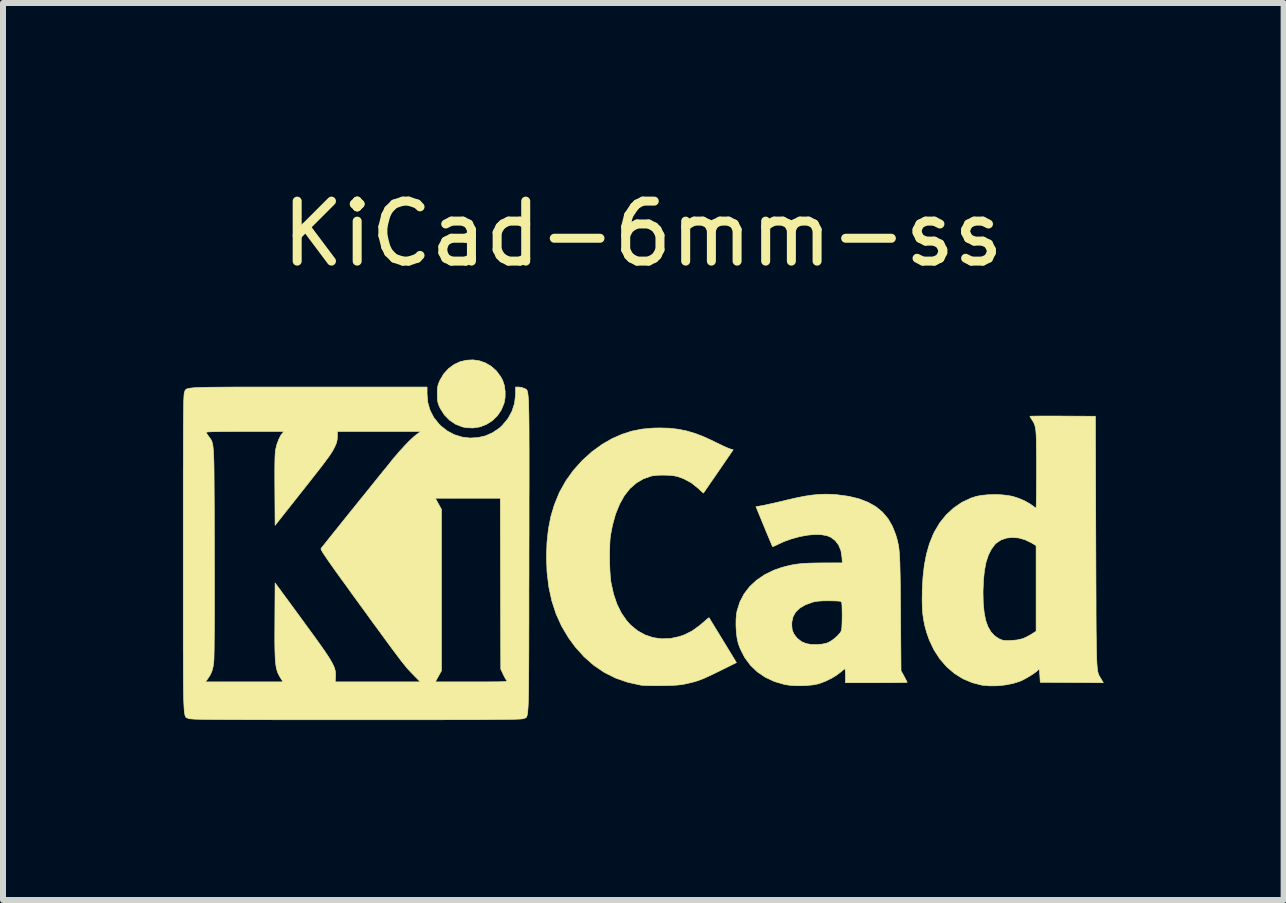
<source format=kicad_pcb>
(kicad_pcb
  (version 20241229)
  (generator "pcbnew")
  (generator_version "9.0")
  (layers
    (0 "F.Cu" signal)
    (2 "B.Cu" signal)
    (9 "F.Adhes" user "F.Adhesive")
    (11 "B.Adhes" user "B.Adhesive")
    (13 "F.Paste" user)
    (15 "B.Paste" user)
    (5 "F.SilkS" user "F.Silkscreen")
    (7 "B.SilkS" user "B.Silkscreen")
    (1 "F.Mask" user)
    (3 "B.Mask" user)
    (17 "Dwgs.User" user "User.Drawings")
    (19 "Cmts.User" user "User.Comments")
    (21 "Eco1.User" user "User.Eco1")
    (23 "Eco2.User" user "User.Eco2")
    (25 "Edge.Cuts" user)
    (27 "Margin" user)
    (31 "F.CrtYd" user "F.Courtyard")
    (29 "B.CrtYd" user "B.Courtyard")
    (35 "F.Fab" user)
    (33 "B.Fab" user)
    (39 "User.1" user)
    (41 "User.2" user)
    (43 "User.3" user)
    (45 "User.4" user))
  (footprint "KiCad-6mm-ss"
    (layer "F.Cu")
    (at 7.666 5.928)
    (property "Reference" "KiCad-6mm-ss" (at 0 -5.08 0) (layer "F.SilkS") (effects (font (size 1 1) (thickness 0.15))))
    (attr exclude_from_pos_files exclude_from_bom)
    (fp_poly (pts (xy -2.726 -2.964) (xy -2.623 -2.928) (xy -2.527 -2.871) (xy -2.441 -2.795) (xy -2.369 -2.697) (xy -2.336 -2.636) (xy -2.308 -2.55) (xy -2.295 -2.451) (xy -2.296 -2.35) (xy -2.313 -2.257) (xy -2.359 -2.145) (xy -2.425 -2.047) (xy -2.509 -1.966) (xy -2.606 -1.904) (xy -2.714 -1.862) (xy -2.829 -1.844) (xy -2.948 -1.849) (xy -3.007 -1.862) (xy -3.121 -1.906) (xy -3.222 -1.974) (xy -3.309 -2.063) (xy -3.377 -2.171) (xy -3.383 -2.183) (xy -3.403 -2.227) (xy -3.415 -2.265) (xy -3.422 -2.304) (xy -3.425 -2.355) (xy -3.426 -2.41) (xy -3.425 -2.476) (xy -3.421 -2.523) (xy -3.413 -2.562) (xy -3.399 -2.6) (xy -3.382 -2.639) (xy -3.318 -2.747) (xy -3.238 -2.834) (xy -3.147 -2.901) (xy -3.047 -2.948) (xy -2.941 -2.973) (xy -2.833 -2.979) (xy -2.726 -2.964)) (stroke (width 0.01) (type solid)) (fill yes) (layer "F.SilkS"))
    (fp_poly (pts (xy 0.44 -1.84) (xy 0.588 -1.823) (xy 0.731 -1.794) (xy 0.876 -1.751) (xy 1.028 -1.692) (xy 1.192 -1.615) (xy 1.222 -1.6) (xy 1.29 -1.567) (xy 1.354 -1.537) (xy 1.408 -1.513) (xy 1.446 -1.498) (xy 1.451 -1.496) (xy 1.506 -1.48) (xy 1.26 -1.121) (xy 1.2 -1.033) (xy 1.144 -0.953) (xy 1.096 -0.883) (xy 1.057 -0.826) (xy 1.029 -0.785) (xy 1.013 -0.763) (xy 1.011 -0.759) (xy 1 -0.767) (xy 0.975 -0.789) (xy 0.939 -0.823) (xy 0.919 -0.841) (xy 0.806 -0.931) (xy 0.679 -0.999) (xy 0.57 -1.037) (xy 0.504 -1.049) (xy 0.422 -1.056) (xy 0.333 -1.058) (xy 0.247 -1.056) (xy 0.173 -1.048) (xy 0.144 -1.043) (xy 0.011 -0.997) (xy -0.108 -0.927) (xy -0.215 -0.834) (xy -0.308 -0.716) (xy -0.387 -0.575) (xy -0.454 -0.411) (xy -0.506 -0.223) (xy -0.537 -0.062) (xy -0.546 0.009) (xy -0.551 0.101) (xy -0.554 0.207) (xy -0.555 0.32) (xy -0.553 0.435) (xy -0.548 0.544) (xy -0.542 0.64) (xy -0.533 0.718) (xy -0.531 0.73) (xy -0.489 0.923) (xy -0.431 1.094) (xy -0.357 1.243) (xy -0.267 1.372) (xy -0.203 1.442) (xy -0.089 1.536) (xy 0.037 1.606) (xy 0.172 1.651) (xy 0.313 1.671) (xy 0.459 1.666) (xy 0.608 1.634) (xy 0.696 1.603) (xy 0.818 1.542) (xy 0.943 1.453) (xy 1.013 1.393) (xy 1.053 1.358) (xy 1.084 1.332) (xy 1.101 1.32) (xy 1.104 1.32) (xy 1.112 1.332) (xy 1.132 1.366) (xy 1.163 1.416) (xy 1.203 1.482) (xy 1.251 1.56) (xy 1.304 1.647) (xy 1.334 1.696) (xy 1.56 2.067) (xy 1.278 2.207) (xy 1.176 2.257) (xy 1.093 2.296) (xy 1.025 2.327) (xy 0.966 2.351) (xy 0.911 2.371) (xy 0.855 2.388) (xy 0.794 2.403) (xy 0.735 2.417) (xy 0.682 2.428) (xy 0.627 2.437) (xy 0.565 2.443) (xy 0.488 2.447) (xy 0.394 2.45) (xy 0.33 2.451) (xy 0.238 2.452) (xy 0.151 2.451) (xy 0.073 2.45) (xy 0.01 2.447) (xy -0.032 2.444) (xy -0.034 2.443) (xy -0.25 2.396) (xy -0.452 2.326) (xy -0.642 2.231) (xy -0.818 2.112) (xy -0.98 1.969) (xy -1.129 1.803) (xy -1.238 1.654) (xy -1.353 1.461) (xy -1.446 1.256) (xy -1.517 1.038) (xy -1.567 0.807) (xy -1.597 0.56) (xy -1.606 0.309) (xy -1.598 0.066) (xy -1.574 -0.158) (xy -1.533 -0.368) (xy -1.474 -0.565) (xy -1.396 -0.756) (xy -1.387 -0.776) (xy -1.284 -0.96) (xy -1.159 -1.135) (xy -1.013 -1.298) (xy -0.851 -1.445) (xy -0.676 -1.572) (xy -0.514 -1.665) (xy -0.349 -1.738) (xy -0.185 -1.791) (xy -0.013 -1.825) (xy 0.171 -1.842) (xy 0.281 -1.844) (xy 0.44 -1.84)) (stroke (width 0.01) (type solid)) (fill yes) (layer "F.SilkS"))
    (fp_poly (pts (xy 6.842 -2.043) (xy 6.959 -2.043) (xy 6.999 -2.042) (xy 7.544 -2.039) (xy 7.551 0.055) (xy 7.552 0.339) (xy 7.553 0.597) (xy 7.554 0.83) (xy 7.555 1.039) (xy 7.555 1.227) (xy 7.556 1.393) (xy 7.557 1.54) (xy 7.559 1.669) (xy 7.56 1.782) (xy 7.562 1.879) (xy 7.564 1.961) (xy 7.567 2.031) (xy 7.57 2.09) (xy 7.574 2.138) (xy 7.578 2.177) (xy 7.582 2.209) (xy 7.588 2.235) (xy 7.594 2.257) (xy 7.601 2.274) (xy 7.609 2.29) (xy 7.618 2.305) (xy 7.627 2.32) (xy 7.638 2.337) (xy 7.64 2.341) (xy 7.676 2.403) (xy 7.15 2.399) (xy 6.625 2.396) (xy 6.618 2.28) (xy 6.614 2.225) (xy 6.61 2.193) (xy 6.605 2.18) (xy 6.597 2.183) (xy 6.59 2.19) (xy 6.561 2.217) (xy 6.514 2.251) (xy 6.456 2.289) (xy 6.392 2.326) (xy 6.33 2.359) (xy 6.283 2.38) (xy 6.171 2.415) (xy 6.044 2.44) (xy 5.909 2.454) (xy 5.777 2.455) (xy 5.656 2.444) (xy 5.654 2.444) (xy 5.49 2.402) (xy 5.335 2.336) (xy 5.193 2.247) (xy 5.065 2.137) (xy 4.951 2.006) (xy 4.854 1.856) (xy 4.775 1.689) (xy 4.731 1.565) (xy 4.703 1.462) (xy 4.682 1.361) (xy 4.667 1.258) (xy 4.659 1.146) (xy 4.656 1.019) (xy 4.658 0.915) (xy 5.671 0.915) (xy 5.675 1.089) (xy 5.691 1.239) (xy 5.716 1.366) (xy 5.754 1.471) (xy 5.803 1.555) (xy 5.864 1.621) (xy 5.934 1.668) (xy 5.971 1.685) (xy 6.003 1.695) (xy 6.038 1.7) (xy 6.086 1.701) (xy 6.137 1.699) (xy 6.238 1.69) (xy 6.318 1.672) (xy 6.343 1.664) (xy 6.4 1.638) (xy 6.461 1.605) (xy 6.487 1.589) (xy 6.556 1.544) (xy 6.556 0.117) (xy 6.48 0.072) (xy 6.375 0.021) (xy 6.268 -0.01) (xy 6.162 -0.019) (xy 6.061 -0.008) (xy 5.97 0.023) (xy 5.893 0.075) (xy 5.868 0.099) (xy 5.808 0.181) (xy 5.759 0.279) (xy 5.721 0.396) (xy 5.695 0.533) (xy 5.678 0.692) (xy 5.671 0.876) (xy 5.671 0.915) (xy 4.658 0.915) (xy 4.658 0.872) (xy 4.67 0.646) (xy 4.693 0.442) (xy 4.729 0.258) (xy 4.777 0.089) (xy 4.839 -0.066) (xy 4.861 -0.112) (xy 4.95 -0.262) (xy 5.058 -0.396) (xy 5.182 -0.51) (xy 5.319 -0.604) (xy 5.468 -0.674) (xy 5.557 -0.703) (xy 5.644 -0.72) (xy 5.749 -0.73) (xy 5.863 -0.734) (xy 5.977 -0.73) (xy 6.083 -0.719) (xy 6.167 -0.703) (xy 6.268 -0.67) (xy 6.366 -0.628) (xy 6.451 -0.58) (xy 6.497 -0.548) (xy 6.528 -0.525) (xy 6.55 -0.51) (xy 6.555 -0.508) (xy 6.557 -0.521) (xy 6.558 -0.559) (xy 6.559 -0.619) (xy 6.561 -0.699) (xy 6.562 -0.795) (xy 6.562 -0.906) (xy 6.563 -1.027) (xy 6.563 -1.151) (xy 6.563 -1.31) (xy 6.562 -1.444) (xy 6.561 -1.555) (xy 6.56 -1.647) (xy 6.557 -1.721) (xy 6.553 -1.781) (xy 6.548 -1.829) (xy 6.54 -1.867) (xy 6.531 -1.898) (xy 6.52 -1.925) (xy 6.507 -1.949) (xy 6.49 -1.975) (xy 6.488 -1.978) (xy 6.467 -2.011) (xy 6.455 -2.034) (xy 6.453 -2.039) (xy 6.466 -2.04) (xy 6.504 -2.041) (xy 6.563 -2.042) (xy 6.642 -2.043) (xy 6.735 -2.043) (xy 6.842 -2.043)) (stroke (width 0.01) (type solid)) (fill yes) (layer "F.SilkS"))
    (fp_poly (pts (xy 3.168 -0.736) (xy 3.236 -0.731) (xy 3.43 -0.705) (xy 3.603 -0.663) (xy 3.753 -0.606) (xy 3.884 -0.532) (xy 3.994 -0.441) (xy 4.086 -0.333) (xy 4.16 -0.206) (xy 4.214 -0.069) (xy 4.227 -0.025) (xy 4.239 0.016) (xy 4.249 0.057) (xy 4.258 0.099) (xy 4.266 0.145) (xy 4.272 0.196) (xy 4.277 0.257) (xy 4.281 0.327) (xy 4.285 0.411) (xy 4.287 0.509) (xy 4.29 0.624) (xy 4.292 0.759) (xy 4.293 0.915) (xy 4.295 1.095) (xy 4.296 1.236) (xy 4.304 2.204) (xy 4.356 2.297) (xy 4.38 2.342) (xy 4.398 2.377) (xy 4.407 2.395) (xy 4.407 2.396) (xy 4.394 2.398) (xy 4.356 2.399) (xy 4.297 2.4) (xy 4.22 2.401) (xy 4.127 2.402) (xy 4.021 2.402) (xy 3.906 2.403) (xy 3.892 2.403) (xy 3.378 2.403) (xy 3.378 2.286) (xy 3.377 2.233) (xy 3.374 2.193) (xy 3.371 2.171) (xy 3.369 2.169) (xy 3.356 2.178) (xy 3.328 2.2) (xy 3.291 2.231) (xy 3.29 2.231) (xy 3.224 2.281) (xy 3.14 2.331) (xy 3.048 2.376) (xy 2.957 2.411) (xy 2.918 2.423) (xy 2.838 2.439) (xy 2.741 2.448) (xy 2.635 2.453) (xy 2.528 2.451) (xy 2.43 2.443) (xy 2.362 2.432) (xy 2.194 2.383) (xy 2.042 2.312) (xy 1.909 2.222) (xy 1.794 2.112) (xy 1.699 1.984) (xy 1.625 1.839) (xy 1.592 1.751) (xy 1.572 1.665) (xy 1.559 1.562) (xy 1.553 1.451) (xy 1.553 1.435) (xy 2.482 1.435) (xy 2.489 1.517) (xy 2.515 1.586) (xy 2.562 1.649) (xy 2.581 1.668) (xy 2.645 1.718) (xy 2.72 1.75) (xy 2.81 1.766) (xy 2.904 1.767) (xy 2.994 1.759) (xy 3.062 1.744) (xy 3.092 1.733) (xy 3.145 1.703) (xy 3.202 1.66) (xy 3.254 1.612) (xy 3.293 1.566) (xy 3.303 1.549) (xy 3.311 1.526) (xy 3.317 1.488) (xy 3.32 1.433) (xy 3.322 1.357) (xy 3.323 1.284) (xy 3.322 1.199) (xy 3.321 1.138) (xy 3.319 1.096) (xy 3.315 1.07) (xy 3.309 1.055) (xy 3.301 1.048) (xy 3.299 1.046) (xy 3.276 1.043) (xy 3.233 1.04) (xy 3.173 1.038) (xy 3.104 1.037) (xy 3.089 1.037) (xy 2.997 1.038) (xy 2.925 1.043) (xy 2.869 1.051) (xy 2.822 1.062) (xy 2.706 1.106) (xy 2.615 1.16) (xy 2.548 1.225) (xy 2.504 1.302) (xy 2.484 1.391) (xy 2.482 1.435) (xy 1.553 1.435) (xy 1.554 1.342) (xy 1.564 1.245) (xy 1.571 1.205) (xy 1.617 1.059) (xy 1.687 0.924) (xy 1.78 0.802) (xy 1.895 0.695) (xy 2.03 0.603) (xy 2.183 0.528) (xy 2.313 0.482) (xy 2.401 0.459) (xy 2.484 0.44) (xy 2.569 0.426) (xy 2.661 0.416) (xy 2.765 0.41) (xy 2.888 0.407) (xy 2.998 0.406) (xy 3.326 0.405) (xy 3.319 0.307) (xy 3.302 0.2) (xy 3.264 0.108) (xy 3.207 0.033) (xy 3.134 -0.022) (xy 3.07 -0.048) (xy 2.977 -0.065) (xy 2.867 -0.068) (xy 2.745 -0.057) (xy 2.615 -0.033) (xy 2.483 0.003) (xy 2.354 0.049) (xy 2.261 0.092) (xy 2.216 0.114) (xy 2.181 0.129) (xy 2.164 0.135) (xy 2.163 0.135) (xy 2.157 0.121) (xy 2.142 0.086) (xy 2.119 0.032) (xy 2.09 -0.037) (xy 2.056 -0.118) (xy 2.022 -0.201) (xy 1.886 -0.532) (xy 1.983 -0.548) (xy 2.025 -0.556) (xy 2.088 -0.57) (xy 2.167 -0.587) (xy 2.257 -0.608) (xy 2.351 -0.63) (xy 2.389 -0.64) (xy 2.552 -0.677) (xy 2.694 -0.706) (xy 2.822 -0.725) (xy 2.939 -0.736) (xy 3.053 -0.74) (xy 3.168 -0.736)) (stroke (width 0.01) (type solid)) (fill yes) (layer "F.SilkS"))
    (fp_poly (pts (xy -5.956 -2.526) (xy -5.691 -2.526) (xy -5.568 -2.526) (xy -3.597 -2.526) (xy -3.597 -2.41) (xy -3.585 -2.269) (xy -3.547 -2.138) (xy -3.485 -2.018) (xy -3.396 -1.907) (xy -3.366 -1.877) (xy -3.258 -1.793) (xy -3.14 -1.731) (xy -3.013 -1.692) (xy -2.883 -1.676) (xy -2.752 -1.683) (xy -2.625 -1.712) (xy -2.504 -1.765) (xy -2.393 -1.84) (xy -2.343 -1.886) (xy -2.25 -1.997) (xy -2.182 -2.12) (xy -2.139 -2.252) (xy -2.122 -2.392) (xy -2.122 -2.406) (xy -2.121 -2.526) (xy -2.068 -2.526) (xy -2.022 -2.52) (xy -1.979 -2.504) (xy -1.976 -2.503) (xy -1.966 -2.498) (xy -1.957 -2.494) (xy -1.949 -2.49) (xy -1.942 -2.485) (xy -1.935 -2.477) (xy -1.929 -2.467) (xy -1.924 -2.451) (xy -1.919 -2.43) (xy -1.915 -2.402) (xy -1.911 -2.366) (xy -1.908 -2.321) (xy -1.905 -2.266) (xy -1.903 -2.199) (xy -1.901 -2.12) (xy -1.899 -2.027) (xy -1.898 -1.919) (xy -1.897 -1.795) (xy -1.897 -1.654) (xy -1.896 -1.495) (xy -1.896 -1.317) (xy -1.896 -1.118) (xy -1.896 -0.897) (xy -1.897 -0.654) (xy -1.897 -0.386) (xy -1.897 -0.094) (xy -1.898 0.224) (xy -1.898 0.263) (xy -1.898 0.584) (xy -1.899 0.878) (xy -1.899 1.147) (xy -1.899 1.392) (xy -1.9 1.614) (xy -1.9 1.814) (xy -1.901 1.994) (xy -1.902 2.154) (xy -1.903 2.296) (xy -1.904 2.421) (xy -1.905 2.529) (xy -1.907 2.623) (xy -1.909 2.702) (xy -1.911 2.769) (xy -1.914 2.825) (xy -1.918 2.87) (xy -1.921 2.906) (xy -1.926 2.934) (xy -1.931 2.954) (xy -1.936 2.969) (xy -1.942 2.979) (xy -1.949 2.986) (xy -1.956 2.99) (xy -1.965 2.993) (xy -1.974 2.995) (xy -1.983 2.999) (xy -1.986 3) (xy -1.993 3.002) (xy -2.006 3.005) (xy -2.025 3.007) (xy -2.051 3.009) (xy -2.085 3.01) (xy -2.129 3.012) (xy -2.184 3.013) (xy -2.25 3.014) (xy -2.329 3.015) (xy -2.422 3.016) (xy -2.53 3.017) (xy -2.654 3.018) (xy -2.795 3.019) (xy -2.955 3.019) (xy -3.134 3.019) (xy -3.333 3.02) (xy -3.554 3.02) (xy -3.798 3.02) (xy -4.066 3.02) (xy -4.358 3.02) (xy -4.677 3.02) (xy -4.78 3.02) (xy -5.106 3.02) (xy -5.405 3.02) (xy -5.679 3.02) (xy -5.929 3.02) (xy -6.156 3.02) (xy -6.361 3.019) (xy -6.545 3.019) (xy -6.71 3.018) (xy -6.856 3.018) (xy -6.984 3.017) (xy -7.097 3.016) (xy -7.194 3.015) (xy -7.277 3.014) (xy -7.347 3.013) (xy -7.405 3.012) (xy -7.453 3.011) (xy -7.491 3.009) (xy -7.52 3.007) (xy -7.542 3.005) (xy -7.558 3.003) (xy -7.569 3.001) (xy -7.574 2.998) (xy -7.585 2.994) (xy -7.594 2.991) (xy -7.603 2.988) (xy -7.611 2.983) (xy -7.618 2.977) (xy -7.624 2.967) (xy -7.63 2.952) (xy -7.635 2.932) (xy -7.64 2.905) (xy -7.644 2.87) (xy -7.647 2.826) (xy -7.65 2.772) (xy -7.653 2.706) (xy -7.655 2.628) (xy -7.657 2.536) (xy -7.658 2.43) (xy -7.658 2.389) (xy -7.292 2.389) (xy -5.997 2.389) (xy -6.022 2.351) (xy -6.046 2.312) (xy -6.067 2.275) (xy -6.085 2.238) (xy -6.099 2.197) (xy -6.111 2.15) (xy -6.119 2.094) (xy -6.126 2.028) (xy -6.13 1.948) (xy -6.133 1.852) (xy -6.135 1.736) (xy -6.135 1.6) (xy -6.134 1.439) (xy -6.134 1.379) (xy -6.13 0.74) (xy -5.725 1.291) (xy -5.611 1.448) (xy -5.511 1.584) (xy -5.426 1.702) (xy -5.354 1.803) (xy -5.294 1.889) (xy -5.245 1.963) (xy -5.206 2.025) (xy -5.177 2.078) (xy -5.154 2.123) (xy -5.139 2.163) (xy -5.129 2.198) (xy -5.124 2.231) (xy -5.123 2.264) (xy -5.123 2.299) (xy -5.124 2.303) (xy -5.128 2.389) (xy -3.709 2.389) (xy -3.814 2.283) (xy -3.843 2.253) (xy -3.87 2.225) (xy -3.897 2.196) (xy -3.925 2.165) (xy -3.955 2.129) (xy -3.988 2.088) (xy -4.026 2.041) (xy -4.069 1.984) (xy -4.119 1.917) (xy -4.178 1.839) (xy -4.245 1.748) (xy -4.323 1.641) (xy -4.413 1.518) (xy -4.516 1.378) (xy -4.632 1.217) (xy -4.728 1.086) (xy -4.848 0.921) (xy -4.952 0.776) (xy -5.043 0.651) (xy -5.12 0.544) (xy -5.184 0.454) (xy -5.237 0.379) (xy -5.279 0.317) (xy -5.312 0.269) (xy -5.336 0.231) (xy -5.352 0.203) (xy -5.362 0.184) (xy -5.365 0.172) (xy -5.364 0.165) (xy -5.351 0.148) (xy -5.322 0.112) (xy -5.279 0.058) (xy -5.225 -0.01) (xy -5.16 -0.091) (xy -5.086 -0.183) (xy -5.006 -0.283) (xy -4.921 -0.389) (xy -4.832 -0.499) (xy -4.742 -0.611) (xy -4.692 -0.673) (xy -3.459 -0.673) (xy -3.408 -0.58) (xy -3.357 -0.487) (xy -3.357 2.204) (xy -3.408 2.296) (xy -3.459 2.389) (xy -2.853 2.389) (xy -2.709 2.389) (xy -2.589 2.389) (xy -2.493 2.388) (xy -2.417 2.388) (xy -2.359 2.386) (xy -2.317 2.385) (xy -2.289 2.382) (xy -2.273 2.379) (xy -2.266 2.375) (xy -2.265 2.37) (xy -2.269 2.365) (xy -2.27 2.365) (xy -2.287 2.34) (xy -2.31 2.299) (xy -2.33 2.258) (xy -2.368 2.176) (xy -2.376 -0.673) (xy -3.459 -0.673) (xy -4.692 -0.673) (xy -4.651 -0.723) (xy -4.563 -0.832) (xy -4.479 -0.937) (xy -4.4 -1.035) (xy -4.328 -1.124) (xy -4.264 -1.202) (xy -4.212 -1.267) (xy -4.172 -1.317) (xy -4.148 -1.346) (xy -4.056 -1.453) (xy -3.968 -1.55) (xy -3.886 -1.634) (xy -3.814 -1.701) (xy -3.763 -1.741) (xy -3.703 -1.785) (xy -5.092 -1.785) (xy -5.092 -1.703) (xy -5.096 -1.643) (xy -5.11 -1.588) (xy -5.133 -1.535) (xy -5.148 -1.505) (xy -5.163 -1.476) (xy -5.182 -1.445) (xy -5.204 -1.41) (xy -5.232 -1.369) (xy -5.267 -1.322) (xy -5.31 -1.264) (xy -5.362 -1.195) (xy -5.426 -1.113) (xy -5.503 -1.015) (xy -5.593 -0.9) (xy -5.7 -0.765) (xy -5.712 -0.75) (xy -6.13 -0.221) (xy -6.134 -0.807) (xy -6.135 -0.983) (xy -6.135 -1.131) (xy -6.134 -1.254) (xy -6.132 -1.35) (xy -6.128 -1.421) (xy -6.124 -1.467) (xy -6.123 -1.475) (xy -6.101 -1.567) (xy -6.071 -1.649) (xy -6.038 -1.716) (xy -6.018 -1.744) (xy -5.984 -1.785) (xy -6.638 -1.785) (xy -6.794 -1.785) (xy -6.924 -1.784) (xy -7.031 -1.784) (xy -7.116 -1.782) (xy -7.182 -1.781) (xy -7.229 -1.779) (xy -7.26 -1.776) (xy -7.277 -1.773) (xy -7.282 -1.769) (xy -7.282 -1.768) (xy -7.268 -1.747) (xy -7.245 -1.714) (xy -7.233 -1.697) (xy -7.22 -1.68) (xy -7.209 -1.665) (xy -7.199 -1.65) (xy -7.19 -1.635) (xy -7.183 -1.616) (xy -7.176 -1.593) (xy -7.17 -1.565) (xy -7.165 -1.53) (xy -7.161 -1.486) (xy -7.157 -1.432) (xy -7.154 -1.367) (xy -7.151 -1.288) (xy -7.149 -1.196) (xy -7.148 -1.087) (xy -7.147 -0.961) (xy -7.146 -0.816) (xy -7.145 -0.651) (xy -7.144 -0.464) (xy -7.144 -0.253) (xy -7.143 -0.018) (xy -7.143 0.198) (xy -7.142 0.439) (xy -7.142 0.668) (xy -7.142 0.885) (xy -7.142 1.089) (xy -7.142 1.276) (xy -7.143 1.447) (xy -7.144 1.6) (xy -7.145 1.732) (xy -7.146 1.844) (xy -7.148 1.932) (xy -7.149 1.996) (xy -7.151 2.035) (xy -7.151 2.039) (xy -7.163 2.132) (xy -7.182 2.207) (xy -7.211 2.273) (xy -7.253 2.337) (xy -7.258 2.344) (xy -7.292 2.389) (xy -7.658 2.389) (xy -7.659 2.307) (xy -7.66 2.168) (xy -7.66 2.011) (xy -7.661 1.834) (xy -7.661 1.636) (xy -7.661 1.418) (xy -7.661 1.176) (xy -7.661 0.911) (xy -7.661 0.62) (xy -7.661 0.304) (xy -7.661 0.241) (xy -7.661 -0.079) (xy -7.661 -0.372) (xy -7.661 -0.641) (xy -7.661 -0.885) (xy -7.661 -1.106) (xy -7.66 -1.305) (xy -7.66 -1.484) (xy -7.659 -1.643) (xy -7.659 -1.784) (xy -7.658 -1.907) (xy -7.657 -2.015) (xy -7.656 -2.107) (xy -7.655 -2.185) (xy -7.654 -2.25) (xy -7.653 -2.304) (xy -7.651 -2.347) (xy -7.649 -2.381) (xy -7.647 -2.406) (xy -7.645 -2.425) (xy -7.643 -2.437) (xy -7.64 -2.444) (xy -7.64 -2.444) (xy -7.635 -2.455) (xy -7.631 -2.466) (xy -7.626 -2.475) (xy -7.62 -2.483) (xy -7.61 -2.49) (xy -7.596 -2.496) (xy -7.576 -2.502) (xy -7.549 -2.507) (xy -7.514 -2.511) (xy -7.469 -2.515) (xy -7.413 -2.518) (xy -7.345 -2.52) (xy -7.263 -2.522) (xy -7.166 -2.523) (xy -7.052 -2.524) (xy -6.921 -2.525) (xy -6.771 -2.526) (xy -6.601 -2.526) (xy -6.409 -2.526) (xy -6.195 -2.526) (xy -5.956 -2.526)) (stroke (width 0.01) (type solid)) (fill yes) (layer "F.SilkS")))
  (gr_rect
    (start -3 -3)
    (end 18.348 11.953)
    (stroke (width 0.1) (type default))
    (fill no)
    (layer "Edge.Cuts")))
</source>
